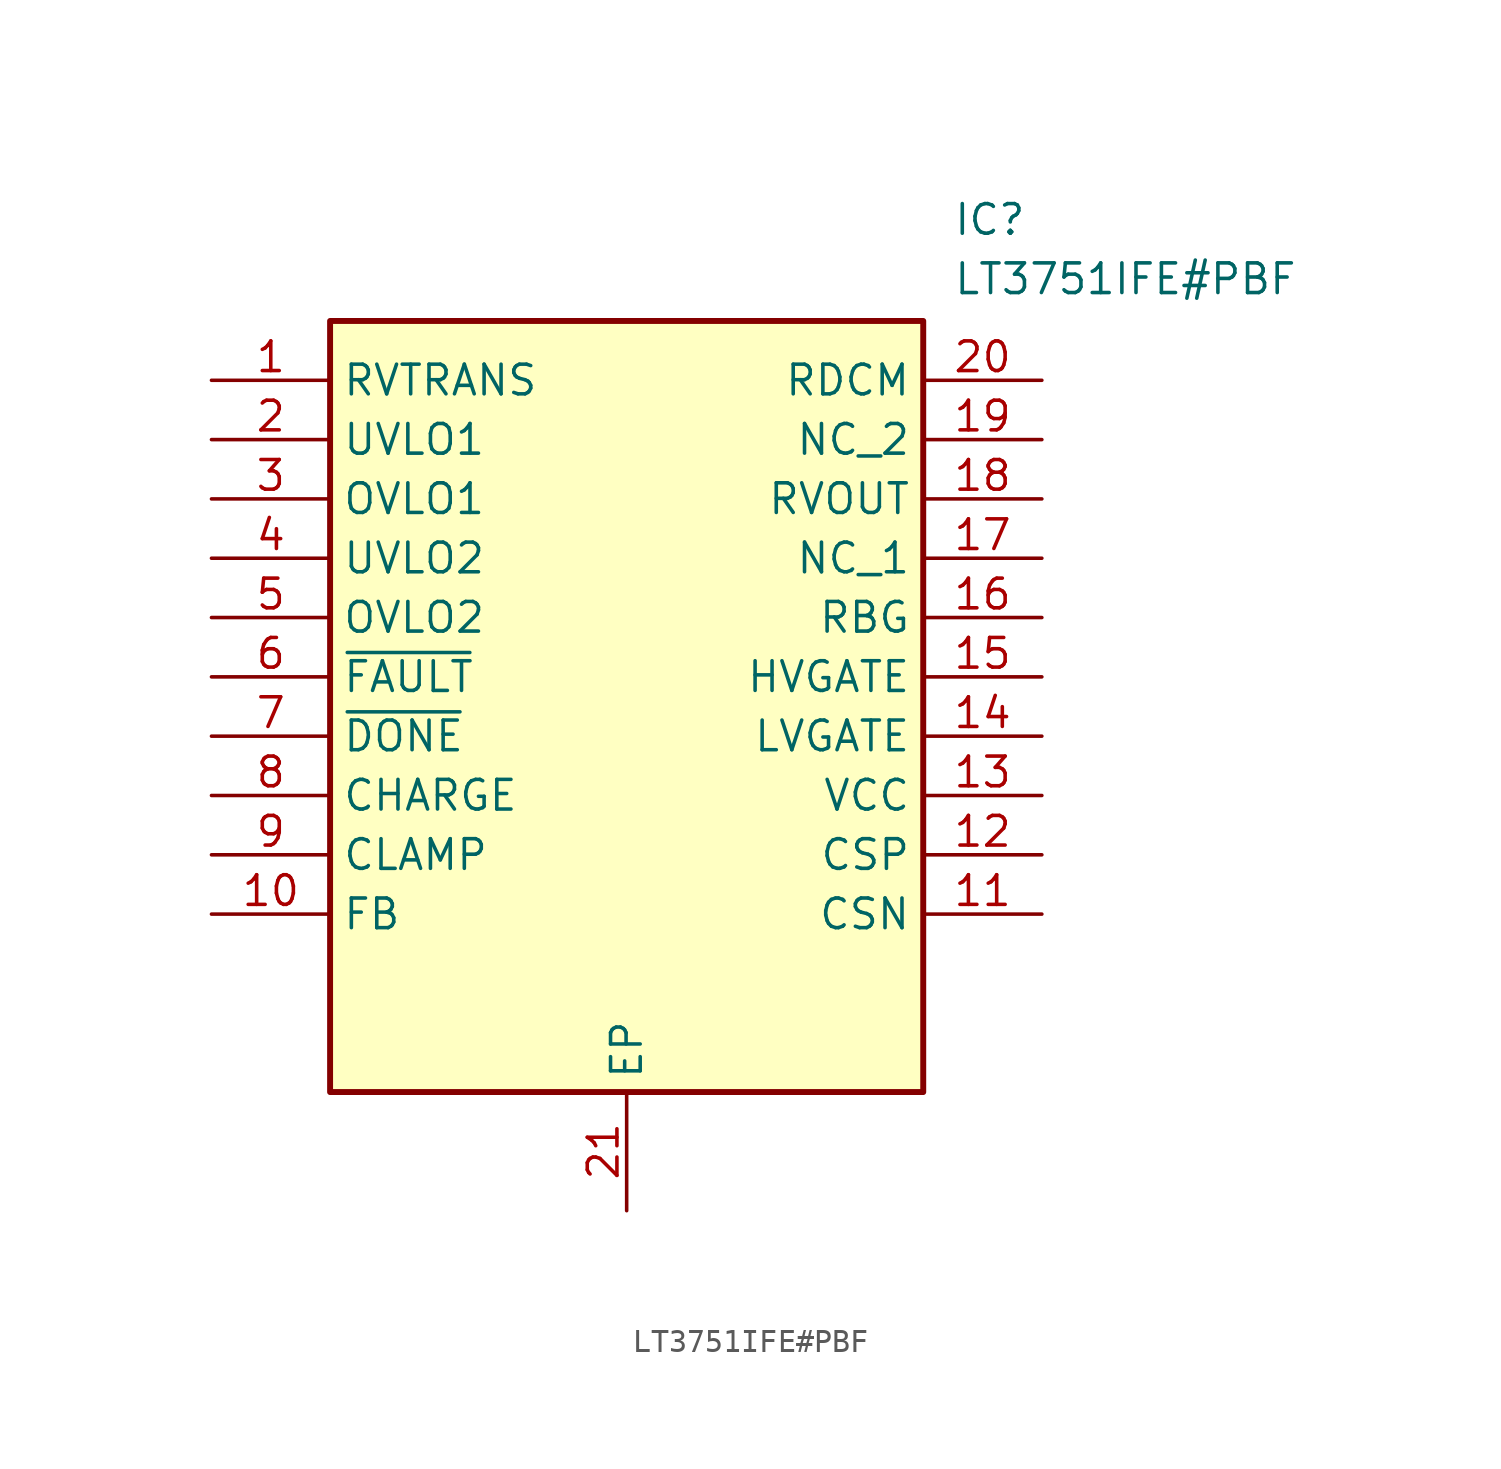
<source format=kicad_sym>
(kicad_symbol_lib
  (version 20211014)
  (generator SamacSys_ECAD_Model)
  (symbol "LT3751IFE#PBF"
    (property "Reference" "IC"
      (at 31.75 7.62 0)
      (effects (font (size 1.27 1.27)) (justify left top)))
    (property "Value" "LT3751IFE#PBF"
      (at 31.75 5.08 0)
      (effects (font (size 1.27 1.27)) (justify left top)))
    (rectangle
      (start 5.08 2.54)
      (end 30.48 -30.48)
      (stroke (width 0.254) (type default))
      (fill (type background)))
    (pin passive line
      (at 0 0 0)
      (length 5.08)
      (name "RVTRANS" (effects (font (size 1.27 1.27))))
      (number "1" (effects (font (size 1.27 1.27)))))
    (pin passive line
      (at 0 -2.54 0)
      (length 5.08)
      (name "UVLO1" (effects (font (size 1.27 1.27))))
      (number "2" (effects (font (size 1.27 1.27)))))
    (pin passive line
      (at 0 -5.08 0)
      (length 5.08)
      (name "OVLO1" (effects (font (size 1.27 1.27))))
      (number "3" (effects (font (size 1.27 1.27)))))
    (pin passive line
      (at 0 -7.62 0)
      (length 5.08)
      (name "UVLO2" (effects (font (size 1.27 1.27))))
      (number "4" (effects (font (size 1.27 1.27)))))
    (pin passive line
      (at 0 -10.16 0)
      (length 5.08)
      (name "OVLO2" (effects (font (size 1.27 1.27))))
      (number "5" (effects (font (size 1.27 1.27)))))
    (pin passive line
      (at 0 -12.7 0)
      (length 5.08)
      (name "~{FAULT}" (effects (font (size 1.27 1.27))))
      (number "6" (effects (font (size 1.27 1.27)))))
    (pin passive line
      (at 0 -15.24 0)
      (length 5.08)
      (name "~{DONE}" (effects (font (size 1.27 1.27))))
      (number "7" (effects (font (size 1.27 1.27)))))
    (pin passive line
      (at 0 -17.78 0)
      (length 5.08)
      (name "CHARGE" (effects (font (size 1.27 1.27))))
      (number "8" (effects (font (size 1.27 1.27)))))
    (pin passive line
      (at 0 -20.32 0)
      (length 5.08)
      (name "CLAMP" (effects (font (size 1.27 1.27))))
      (number "9" (effects (font (size 1.27 1.27)))))
    (pin passive line
      (at 0 -22.86 0)
      (length 5.08)
      (name "FB" (effects (font (size 1.27 1.27))))
      (number "10" (effects (font (size 1.27 1.27)))))
    (pin passive line
      (at 17.78 -35.56 90)
      (length 5.08)
      (name "EP" (effects (font (size 1.27 1.27))))
      (number "21" (effects (font (size 1.27 1.27)))))
    (pin passive line
      (at 35.56 0 180)
      (length 5.08)
      (name "RDCM" (effects (font (size 1.27 1.27))))
      (number "20" (effects (font (size 1.27 1.27)))))
    (pin passive line
      (at 35.56 -2.54 180)
      (length 5.08)
      (name "NC_2" (effects (font (size 1.27 1.27))))
      (number "19" (effects (font (size 1.27 1.27)))))
    (pin passive line
      (at 35.56 -5.08 180)
      (length 5.08)
      (name "RVOUT" (effects (font (size 1.27 1.27))))
      (number "18" (effects (font (size 1.27 1.27)))))
    (pin passive line
      (at 35.56 -7.62 180)
      (length 5.08)
      (name "NC_1" (effects (font (size 1.27 1.27))))
      (number "17" (effects (font (size 1.27 1.27)))))
    (pin passive line
      (at 35.56 -10.16 180)
      (length 5.08)
      (name "RBG" (effects (font (size 1.27 1.27))))
      (number "16" (effects (font (size 1.27 1.27)))))
    (pin passive line
      (at 35.56 -12.7 180)
      (length 5.08)
      (name "HVGATE" (effects (font (size 1.27 1.27))))
      (number "15" (effects (font (size 1.27 1.27)))))
    (pin passive line
      (at 35.56 -15.24 180)
      (length 5.08)
      (name "LVGATE" (effects (font (size 1.27 1.27))))
      (number "14" (effects (font (size 1.27 1.27)))))
    (pin passive line
      (at 35.56 -17.78 180)
      (length 5.08)
      (name "VCC" (effects (font (size 1.27 1.27))))
      (number "13" (effects (font (size 1.27 1.27)))))
    (pin passive line
      (at 35.56 -20.32 180)
      (length 5.08)
      (name "CSP" (effects (font (size 1.27 1.27))))
      (number "12" (effects (font (size 1.27 1.27)))))
    (pin passive line
      (at 35.56 -22.86 180)
      (length 5.08)
      (name "CSN" (effects (font (size 1.27 1.27))))
      (number "11" (effects (font (size 1.27 1.27)))))))
</source>
